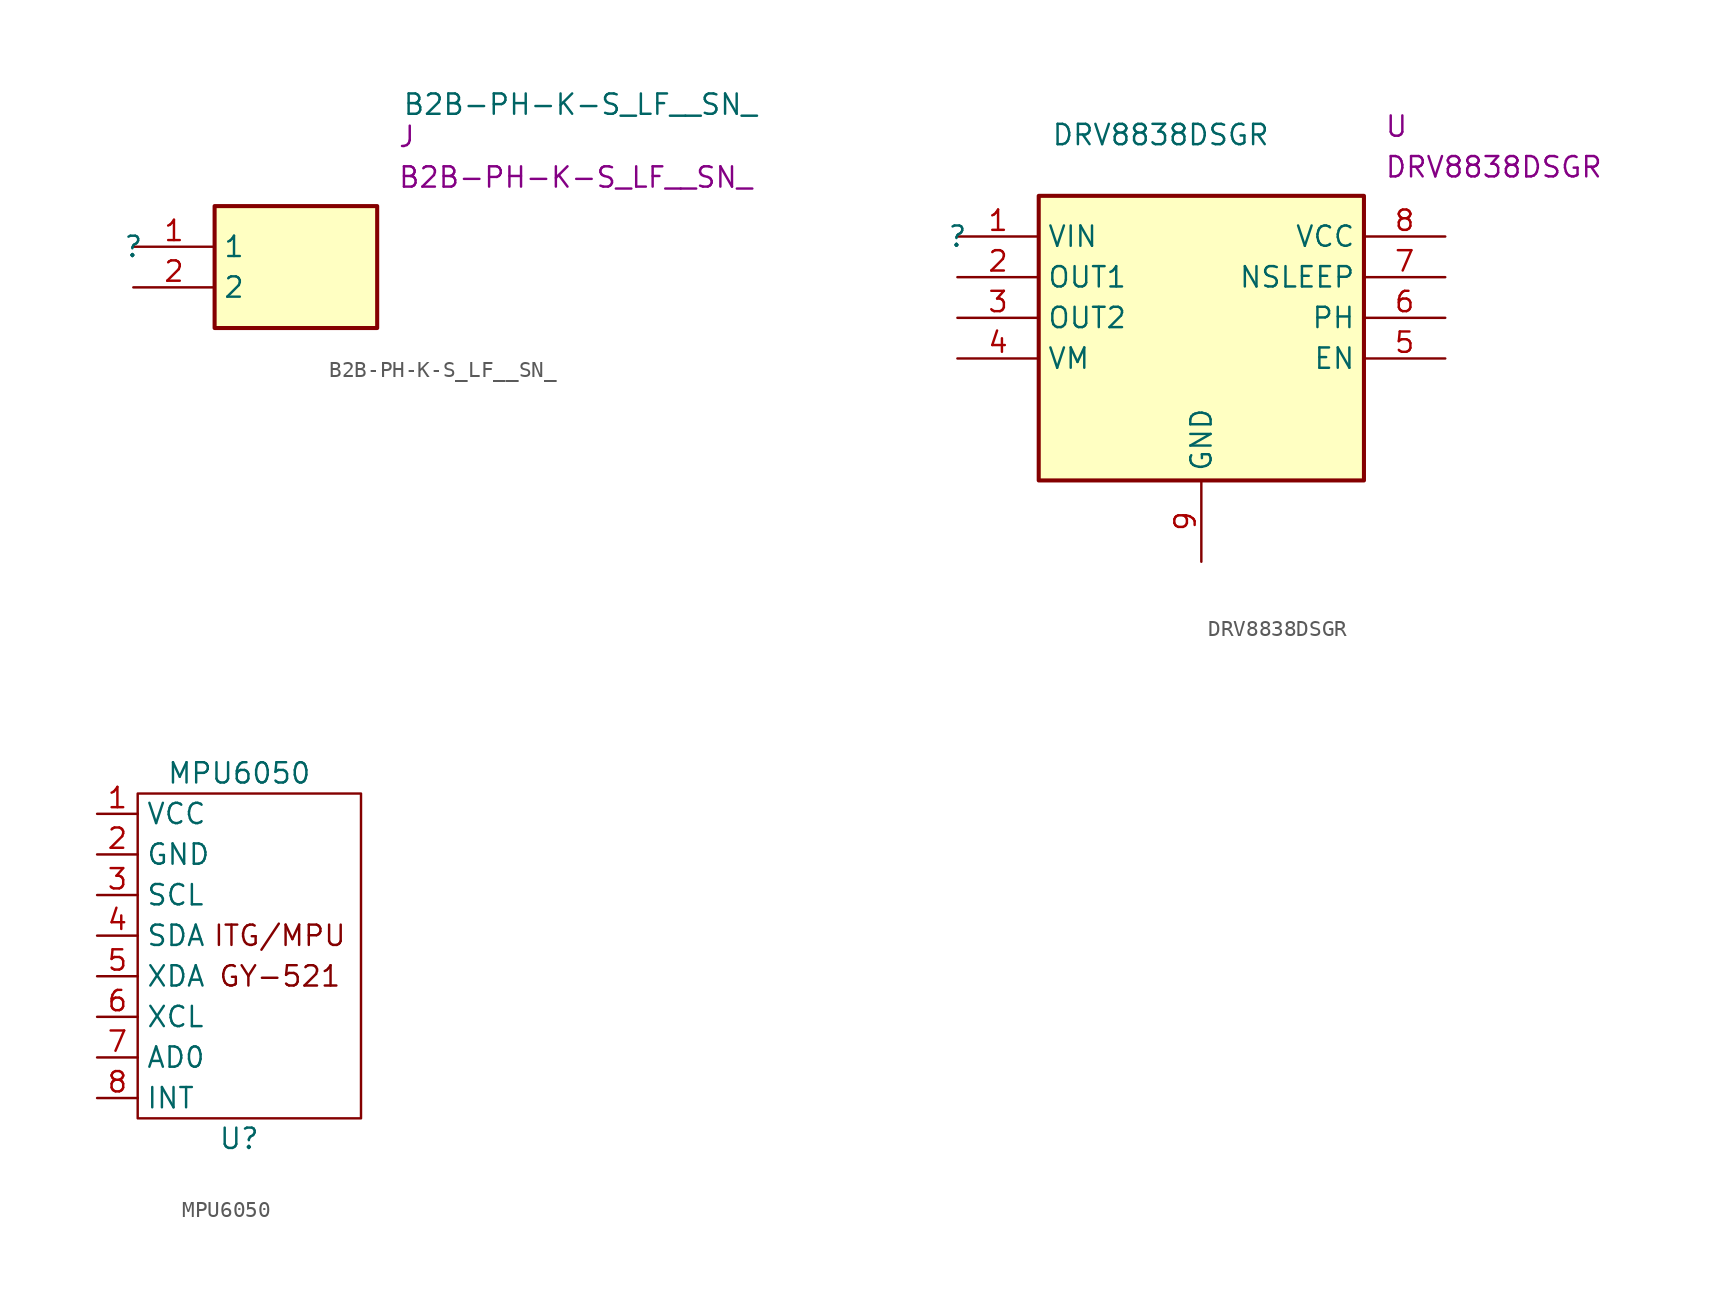
<source format=kicad_sym>
(kicad_symbol_lib
  (version 20211014)
  (generator kicad_symbol_editor)
  (symbol "B2B-PH-K-S_LF__SN_"
    (property "Reference" ""
      (at 0 0 0)
      (effects (font (size 1.27 1.27))))
    (property "Value" "B2B-PH-K-S_LF__SN_"
      (at 27.94 8.89 0)
      (effects (font (size 1.27 1.27))))
    (property "Reference_1" "J"
      (at 16.51 7.62 0)
      (effects (font (size 1.27 1.27)) (justify left top)))
    (property "Value_1" "B2B-PH-K-S_LF__SN_"
      (at 16.51 5.08 0)
      (effects (font (size 1.27 1.27)) (justify left top)))
    (symbol "B2B-PH-K-S_LF__SN__1_1"
      (rectangle (start 5.08 2.54) (end 15.24 -5.08) (stroke (width 0.254) (type default) (color 0 0 0 0)) (fill (type background)))
      (pin passive line (at 0 0 0) (length 5.08) (name "1" (effects (font (size 1.27 1.27)))) (number "1" (effects (font (size 1.27 1.27)))))
      (pin passive line (at 0 -2.54 0) (length 5.08) (name "2" (effects (font (size 1.27 1.27)))) (number "2" (effects (font (size 1.27 1.27)))))))
  (symbol "DRV8838DSGR"
    (property "Reference" ""
      (at 0 0 0)
      (effects (font (size 1.27 1.27))))
    (property "Value" "DRV8838DSGR"
      (at 12.7 6.35 0)
      (effects (font (size 1.27 1.27))))
    (property "Reference_1" "U"
      (at 26.67 7.62 0)
      (effects (font (size 1.27 1.27)) (justify left top)))
    (property "Value_1" "DRV8838DSGR"
      (at 26.67 5.08 0)
      (effects (font (size 1.27 1.27)) (justify left top)))
    (symbol "DRV8838DSGR_1_1"
      (rectangle (start 5.08 2.54) (end 25.4 -15.24) (stroke (width 0.254) (type default) (color 0 0 0 0)) (fill (type background)))
      (pin power_in line (at 0 0 0) (length 5.08) (name "VIN" (effects (font (size 1.27 1.27)))) (number "1" (effects (font (size 1.27 1.27)))))
      (pin bidirectional line (at 0 -2.54 0) (length 5.08) (name "OUT1" (effects (font (size 1.27 1.27)))) (number "2" (effects (font (size 1.27 1.27)))))
      (pin bidirectional line (at 0 -5.08 0) (length 5.08) (name "OUT2" (effects (font (size 1.27 1.27)))) (number "3" (effects (font (size 1.27 1.27)))))
      (pin power_in line (at 0 -7.62 0) (length 5.08) (name "VM" (effects (font (size 1.27 1.27)))) (number "4" (effects (font (size 1.27 1.27)))))
      (pin input line (at 30.48 -7.62 180) (length 5.08) (name "EN" (effects (font (size 1.27 1.27)))) (number "5" (effects (font (size 1.27 1.27)))))
      (pin input line (at 30.48 -5.08 180) (length 5.08) (name "PH" (effects (font (size 1.27 1.27)))) (number "6" (effects (font (size 1.27 1.27)))))
      (pin power_in line (at 30.48 -2.54 180) (length 5.08) (name "NSLEEP" (effects (font (size 1.27 1.27)))) (number "7" (effects (font (size 1.27 1.27)))))
      (pin power_in line (at 30.48 0 180) (length 5.08) (name "VCC" (effects (font (size 1.27 1.27)))) (number "8" (effects (font (size 1.27 1.27)))))
      (pin input line (at 15.24 -20.32 90) (length 5.08) (name "GND" (effects (font (size 1.27 1.27)))) (number "9" (effects (font (size 1.27 1.27)))))))
  (symbol "MPU6050"
    (property "Reference" "U"
      (at 0 -15.24 0)
      (effects (font (size 1.27 1.27))))
    (property "Value" "MPU6050"
      (at 0 7.62 0)
      (effects (font (size 1.27 1.27))))
    (symbol "MPU6050_0_0"
      (text "GY-521" (at 2.54 -5.08 0) (effects (font (size 1.27 1.27))))
      (text "ITG/MPU" (at 2.54 -2.54 0) (effects (font (size 1.27 1.27)))))
    (symbol "MPU6050_0_1"
      (polyline (pts (xy -6.35 6.35) (xy 7.62 6.35) (xy 7.62 -13.97) (xy -6.35 -13.97) (xy -6.35 6.35)) (stroke (width 0) (type default) (color 0 0 0 0)) (fill (type none))))
    (symbol "MPU6050_1_1"
      (pin input line (at -8.89 5.08 0) (length 2.54) (name "VCC" (effects (font (size 1.27 1.27)))) (number "1" (effects (font (size 1.27 1.27)))))
      (pin input line (at -8.89 2.54 0) (length 2.54) (name "GND" (effects (font (size 1.27 1.27)))) (number "2" (effects (font (size 1.27 1.27)))))
      (pin input line (at -8.89 0 0) (length 2.54) (name "SCL" (effects (font (size 1.27 1.27)))) (number "3" (effects (font (size 1.27 1.27)))))
      (pin input line (at -8.89 -2.54 0) (length 2.54) (name "SDA" (effects (font (size 1.27 1.27)))) (number "4" (effects (font (size 1.27 1.27)))))
      (pin input line (at -8.89 -5.08 0) (length 2.54) (name "XDA" (effects (font (size 1.27 1.27)))) (number "5" (effects (font (size 1.27 1.27)))))
      (pin input line (at -8.89 -7.62 0) (length 2.54) (name "XCL" (effects (font (size 1.27 1.27)))) (number "6" (effects (font (size 1.27 1.27)))))
      (pin input line (at -8.89 -10.16 0) (length 2.54) (name "AD0" (effects (font (size 1.27 1.27)))) (number "7" (effects (font (size 1.27 1.27)))))
      (pin input line (at -8.89 -12.7 0) (length 2.54) (name "INT" (effects (font (size 1.27 1.27)))) (number "8" (effects (font (size 1.27 1.27))))))))
</source>
